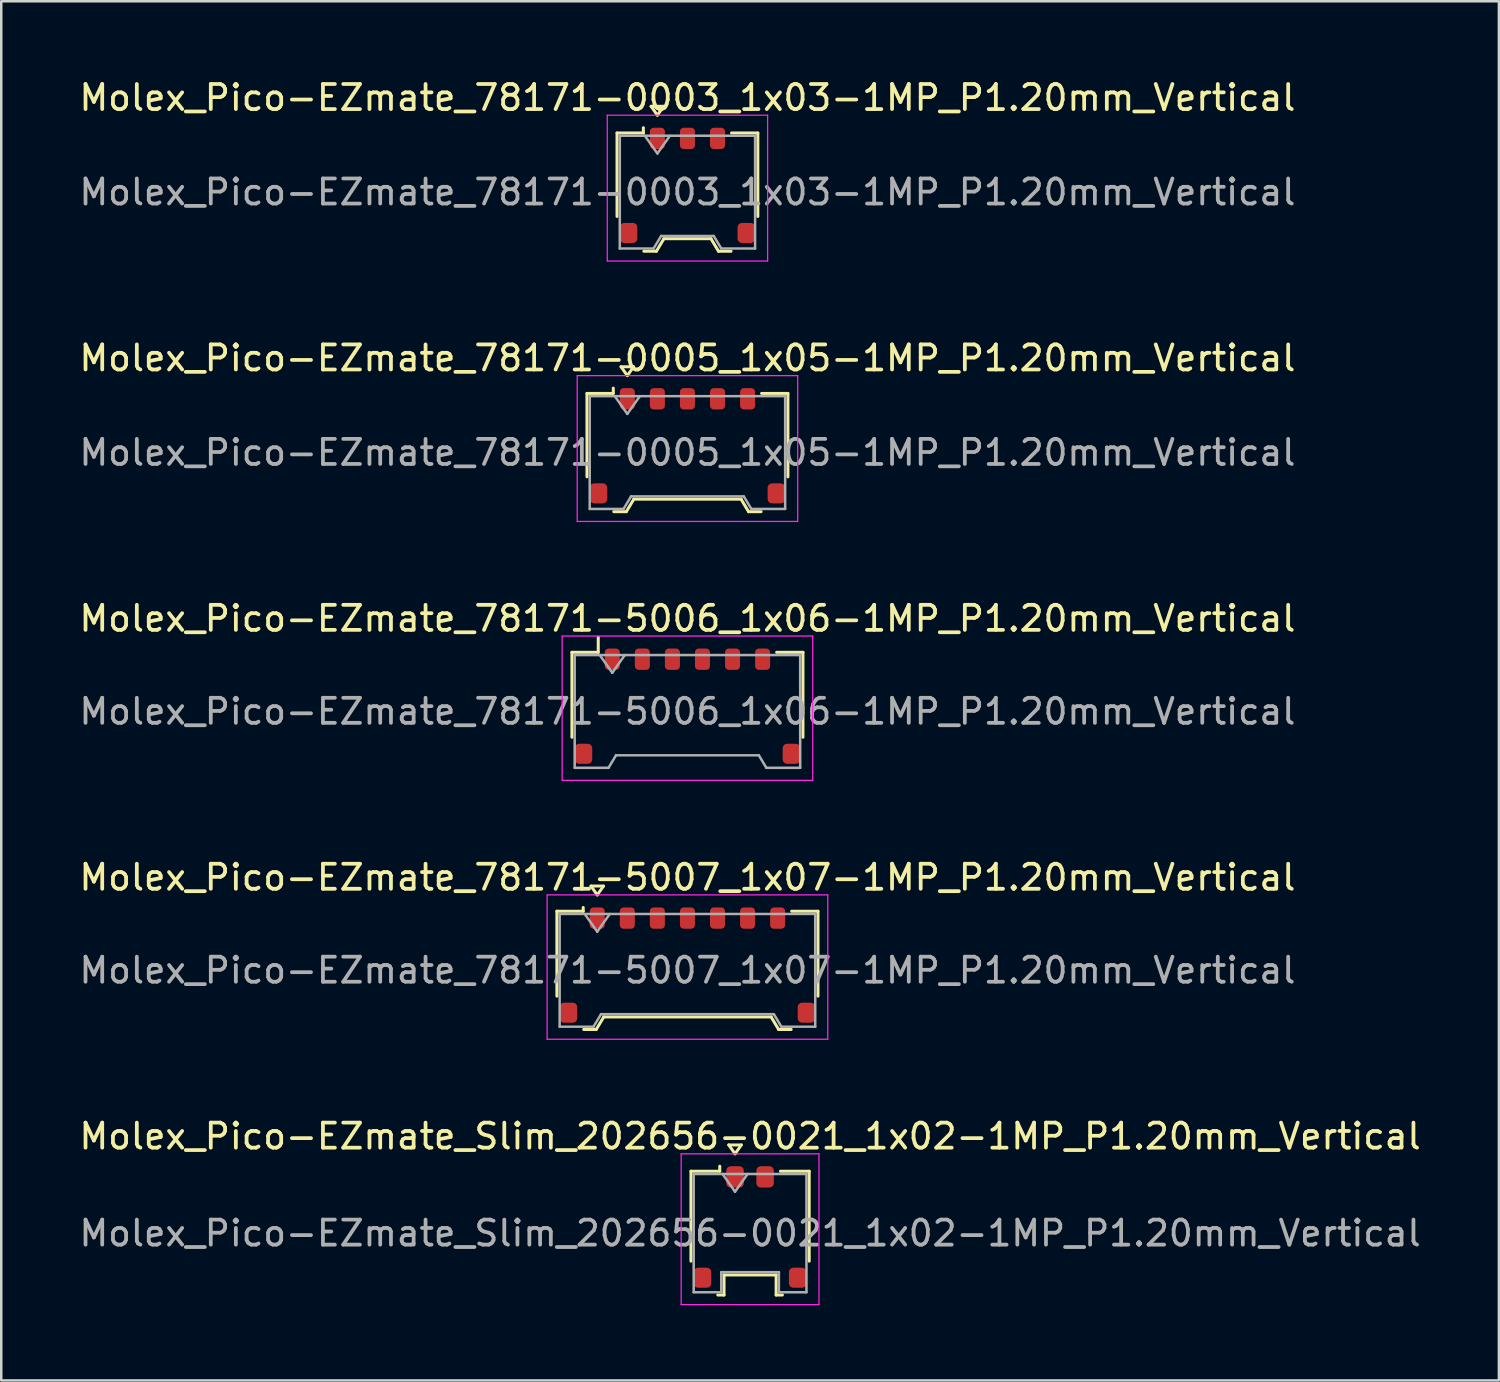
<source format=kicad_pcb>
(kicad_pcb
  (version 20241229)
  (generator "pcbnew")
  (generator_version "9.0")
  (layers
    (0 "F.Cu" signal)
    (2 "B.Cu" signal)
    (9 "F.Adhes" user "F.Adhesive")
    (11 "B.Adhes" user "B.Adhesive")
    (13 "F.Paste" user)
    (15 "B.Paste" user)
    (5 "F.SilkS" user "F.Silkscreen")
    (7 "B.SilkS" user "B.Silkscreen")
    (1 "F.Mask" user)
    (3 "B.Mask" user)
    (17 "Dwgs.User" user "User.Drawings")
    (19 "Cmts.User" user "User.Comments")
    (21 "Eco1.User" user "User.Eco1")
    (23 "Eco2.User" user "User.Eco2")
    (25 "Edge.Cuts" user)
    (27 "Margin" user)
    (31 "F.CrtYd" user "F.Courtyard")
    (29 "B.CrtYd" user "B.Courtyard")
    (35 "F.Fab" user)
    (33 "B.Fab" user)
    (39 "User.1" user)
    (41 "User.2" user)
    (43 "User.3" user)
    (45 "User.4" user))
  (footprint "Molex_Pico-EZmate_78171-5007_1x07-1MP_P1.20mm_Vertical"
    (layer "F.Cu")
    (at 24.387 35.468)
    (property "Reference" "Molex_Pico-EZmate_78171-5007_1x07-1MP_P1.20mm_Vertical" (at 0 -3.5 0) (layer "F.SilkS") (effects (font (size 1 1) (thickness 0.15))))
    (attr smd)
    (fp_line (start -5.21 -2.15) (end -4.16 -2.15) (stroke (width 0.12) (type solid)) (layer "F.SilkS"))
    (fp_line (start -5.21 1.24) (end -5.21 -2.15) (stroke (width 0.12) (type solid)) (layer "F.SilkS"))
    (fp_line (start -4.16 -2.15) (end -4.16 -2.3) (stroke (width 0.12) (type solid)) (layer "F.SilkS"))
    (fp_line (start -4.14 2.57) (end -3.64 2.57) (stroke (width 0.12) (type solid)) (layer "F.SilkS"))
    (fp_line (start -3.85 -3.154) (end -3.6 -2.8) (stroke (width 0.12) (type solid)) (layer "F.SilkS"))
    (fp_line (start -3.64 2.57) (end -3.34 2.07) (stroke (width 0.12) (type solid)) (layer "F.SilkS"))
    (fp_line (start -3.6 -2.8) (end -3.35 -3.154) (stroke (width 0.12) (type solid)) (layer "F.SilkS"))
    (fp_line (start -3.35 -3.154) (end -3.85 -3.154) (stroke (width 0.12) (type solid)) (layer "F.SilkS"))
    (fp_line (start -3.34 2.07) (end 3.34 2.07) (stroke (width 0.12) (type solid)) (layer "F.SilkS"))
    (fp_line (start 3.34 2.07) (end 3.64 2.57) (stroke (width 0.12) (type solid)) (layer "F.SilkS"))
    (fp_line (start 3.64 2.57) (end 4.14 2.57) (stroke (width 0.12) (type solid)) (layer "F.SilkS"))
    (fp_line (start 5.21 -2.15) (end 4.16 -2.15) (stroke (width 0.12) (type solid)) (layer "F.SilkS"))
    (fp_line (start 5.21 1.24) (end 5.21 -2.15) (stroke (width 0.12) (type solid)) (layer "F.SilkS"))
    (fp_line (start -5.6 -2.8) (end -5.6 2.96) (stroke (width 0.05) (type solid)) (layer "F.CrtYd"))
    (fp_line (start -5.6 2.96) (end 5.6 2.96) (stroke (width 0.05) (type solid)) (layer "F.CrtYd"))
    (fp_line (start 5.6 -2.8) (end -5.6 -2.8) (stroke (width 0.05) (type solid)) (layer "F.CrtYd"))
    (fp_line (start 5.6 2.96) (end 5.6 -2.8) (stroke (width 0.05) (type solid)) (layer "F.CrtYd"))
    (fp_line (start -5.1 -2.04) (end -5.1 2.46) (stroke (width 0.1) (type solid)) (layer "F.Fab"))
    (fp_line (start -5.1 -2.04) (end 5.1 -2.04) (stroke (width 0.1) (type solid)) (layer "F.Fab"))
    (fp_line (start -5.1 2.46) (end -3.75 2.46) (stroke (width 0.1) (type solid)) (layer "F.Fab"))
    (fp_line (start -4.1 -2.04) (end -3.6 -1.333) (stroke (width 0.1) (type solid)) (layer "F.Fab"))
    (fp_line (start -3.75 2.46) (end -3.45 1.96) (stroke (width 0.1) (type solid)) (layer "F.Fab"))
    (fp_line (start -3.6 -1.333) (end -3.1 -2.04) (stroke (width 0.1) (type solid)) (layer "F.Fab"))
    (fp_line (start -3.45 1.96) (end 3.45 1.96) (stroke (width 0.1) (type solid)) (layer "F.Fab"))
    (fp_line (start 3.45 1.96) (end 3.75 2.46) (stroke (width 0.1) (type solid)) (layer "F.Fab"))
    (fp_line (start 3.75 2.46) (end 5.1 2.46) (stroke (width 0.1) (type solid)) (layer "F.Fab"))
    (fp_line (start 5.1 -2.04) (end 5.1 2.46) (stroke (width 0.1) (type solid)) (layer "F.Fab"))
    (fp_text user "${REFERENCE}" (at 0 0.21 0) (layer "F.Fab") (effects (font (size 1 1) (thickness 0.15))))
    (pad "1" smd roundrect (at -3.6 -1.875) (size 0.6 0.85) (layers "F.Cu" "F.Mask" "F.Paste") (roundrect_rratio 0.25))
    (pad "2" smd roundrect (at -2.4 -1.875) (size 0.6 0.85) (layers "F.Cu" "F.Mask" "F.Paste") (roundrect_rratio 0.25))
    (pad "3" smd roundrect (at -1.2 -1.875) (size 0.6 0.85) (layers "F.Cu" "F.Mask" "F.Paste") (roundrect_rratio 0.25))
    (pad "4" smd roundrect (at 0 -1.875) (size 0.6 0.85) (layers "F.Cu" "F.Mask" "F.Paste") (roundrect_rratio 0.25))
    (pad "5" smd roundrect (at 1.2 -1.875) (size 0.6 0.85) (layers "F.Cu" "F.Mask" "F.Paste") (roundrect_rratio 0.25))
    (pad "6" smd roundrect (at 2.4 -1.875) (size 0.6 0.85) (layers "F.Cu" "F.Mask" "F.Paste") (roundrect_rratio 0.25))
    (pad "7" smd roundrect (at 3.6 -1.875) (size 0.6 0.85) (layers "F.Cu" "F.Mask" "F.Paste") (roundrect_rratio 0.25))
    (pad "MP" smd roundrect (at -4.75 1.9) (size 0.7 0.8) (layers "F.Cu" "F.Mask" "F.Paste") (roundrect_rratio 0.25))
    (pad "MP" smd roundrect (at 4.75 1.9) (size 0.7 0.8) (layers "F.Cu" "F.Mask" "F.Paste") (roundrect_rratio 0.25)))
  (footprint "Molex_Pico-EZmate_78171-0003_1x03-1MP_P1.20mm_Vertical"
    (layer "F.Cu")
    (at 24.387 4.348)
    (property "Reference" "Molex_Pico-EZmate_78171-0003_1x03-1MP_P1.20mm_Vertical" (at 0 -3.5 0) (layer "F.SilkS") (effects (font (size 1 1) (thickness 0.15))))
    (attr smd)
    (fp_line (start -2.81 -2.09) (end -1.76 -2.09) (stroke (width 0.12) (type solid)) (layer "F.SilkS"))
    (fp_line (start -2.81 1.24) (end -2.81 -2.09) (stroke (width 0.12) (type solid)) (layer "F.SilkS"))
    (fp_line (start -1.76 -2.09) (end -1.76 -2.3) (stroke (width 0.12) (type solid)) (layer "F.SilkS"))
    (fp_line (start -1.74 2.63) (end -1.24 2.63) (stroke (width 0.12) (type solid)) (layer "F.SilkS"))
    (fp_line (start -1.45 -3.154) (end -1.2 -2.8) (stroke (width 0.12) (type solid)) (layer "F.SilkS"))
    (fp_line (start -1.24 2.63) (end -0.94 2.13) (stroke (width 0.12) (type solid)) (layer "F.SilkS"))
    (fp_line (start -1.2 -2.8) (end -0.95 -3.154) (stroke (width 0.12) (type solid)) (layer "F.SilkS"))
    (fp_line (start -0.95 -3.154) (end -1.45 -3.154) (stroke (width 0.12) (type solid)) (layer "F.SilkS"))
    (fp_line (start -0.94 2.13) (end 0.94 2.13) (stroke (width 0.12) (type solid)) (layer "F.SilkS"))
    (fp_line (start 0.94 2.13) (end 1.24 2.63) (stroke (width 0.12) (type solid)) (layer "F.SilkS"))
    (fp_line (start 1.24 2.63) (end 1.74 2.63) (stroke (width 0.12) (type solid)) (layer "F.SilkS"))
    (fp_line (start 2.81 -2.09) (end 1.76 -2.09) (stroke (width 0.12) (type solid)) (layer "F.SilkS"))
    (fp_line (start 2.81 1.24) (end 2.81 -2.09) (stroke (width 0.12) (type solid)) (layer "F.SilkS"))
    (fp_line (start -3.2 -2.8) (end -3.2 3.02) (stroke (width 0.05) (type solid)) (layer "F.CrtYd"))
    (fp_line (start -3.2 3.02) (end 3.2 3.02) (stroke (width 0.05) (type solid)) (layer "F.CrtYd"))
    (fp_line (start 3.2 -2.8) (end -3.2 -2.8) (stroke (width 0.05) (type solid)) (layer "F.CrtYd"))
    (fp_line (start 3.2 3.02) (end 3.2 -2.8) (stroke (width 0.05) (type solid)) (layer "F.CrtYd"))
    (fp_line (start -2.7 -1.98) (end -2.7 2.52) (stroke (width 0.1) (type solid)) (layer "F.Fab"))
    (fp_line (start -2.7 -1.98) (end 2.7 -1.98) (stroke (width 0.1) (type solid)) (layer "F.Fab"))
    (fp_line (start -2.7 2.52) (end -1.35 2.52) (stroke (width 0.1) (type solid)) (layer "F.Fab"))
    (fp_line (start -1.7 -1.98) (end -1.2 -1.273) (stroke (width 0.1) (type solid)) (layer "F.Fab"))
    (fp_line (start -1.35 2.52) (end -1.05 2.02) (stroke (width 0.1) (type solid)) (layer "F.Fab"))
    (fp_line (start -1.2 -1.273) (end -0.7 -1.98) (stroke (width 0.1) (type solid)) (layer "F.Fab"))
    (fp_line (start -1.05 2.02) (end 1.05 2.02) (stroke (width 0.1) (type solid)) (layer "F.Fab"))
    (fp_line (start 1.05 2.02) (end 1.35 2.52) (stroke (width 0.1) (type solid)) (layer "F.Fab"))
    (fp_line (start 1.35 2.52) (end 2.7 2.52) (stroke (width 0.1) (type solid)) (layer "F.Fab"))
    (fp_line (start 2.7 -1.98) (end 2.7 2.52) (stroke (width 0.1) (type solid)) (layer "F.Fab"))
    (fp_text user "${REFERENCE}" (at 0 0.27 0) (layer "F.Fab") (effects (font (size 1 1) (thickness 0.15))))
    (pad "1" smd roundrect (at -1.2 -1.875) (size 0.6 0.85) (layers "F.Cu" "F.Mask" "F.Paste") (roundrect_rratio 0.25))
    (pad "2" smd roundrect (at 0 -1.875) (size 0.6 0.85) (layers "F.Cu" "F.Mask" "F.Paste") (roundrect_rratio 0.25))
    (pad "3" smd roundrect (at 1.2 -1.875) (size 0.6 0.85) (layers "F.Cu" "F.Mask" "F.Paste") (roundrect_rratio 0.25))
    (pad "MP" smd roundrect (at -2.35 1.9) (size 0.7 0.8) (layers "F.Cu" "F.Mask" "F.Paste") (roundrect_rratio 0.25))
    (pad "MP" smd roundrect (at 2.35 1.9) (size 0.7 0.8) (layers "F.Cu" "F.Mask" "F.Paste") (roundrect_rratio 0.25)))
  (footprint "Molex_Pico-EZmate_Slim_202656-0021_1x02-1MP_P1.20mm_Vertical"
    (layer "F.Cu")
    (at 26.887 45.921)
    (property "Reference" "Molex_Pico-EZmate_Slim_202656-0021_1x02-1MP_P1.20mm_Vertical" (at 0 -3.62 0) (layer "F.SilkS") (effects (font (size 1 1) (thickness 0.15))))
    (attr smd)
    (fp_line (start -2.36 -2.225) (end -1.21 -2.225) (stroke (width 0.12) (type solid)) (layer "F.SilkS"))
    (fp_line (start -2.36 1.365) (end -2.36 -2.225) (stroke (width 0.12) (type solid)) (layer "F.SilkS"))
    (fp_line (start -1.29 2.715) (end -1.04 2.715) (stroke (width 0.12) (type solid)) (layer "F.SilkS"))
    (fp_line (start -1.21 -2.225) (end -1.21 -2.425) (stroke (width 0.12) (type solid)) (layer "F.SilkS"))
    (fp_line (start -1.04 1.915) (end 1.04 1.915) (stroke (width 0.12) (type solid)) (layer "F.SilkS"))
    (fp_line (start -1.04 2.715) (end -1.04 1.915) (stroke (width 0.12) (type solid)) (layer "F.SilkS"))
    (fp_line (start -0.85 -3.274) (end -0.6 -2.92) (stroke (width 0.12) (type solid)) (layer "F.SilkS"))
    (fp_line (start -0.6 -2.92) (end -0.35 -3.274) (stroke (width 0.12) (type solid)) (layer "F.SilkS"))
    (fp_line (start -0.35 -3.274) (end -0.85 -3.274) (stroke (width 0.12) (type solid)) (layer "F.SilkS"))
    (fp_line (start 1.04 1.915) (end 1.04 2.715) (stroke (width 0.12) (type solid)) (layer "F.SilkS"))
    (fp_line (start 1.04 2.715) (end 1.29 2.715) (stroke (width 0.12) (type solid)) (layer "F.SilkS"))
    (fp_line (start 2.36 -2.225) (end 1.21 -2.225) (stroke (width 0.12) (type solid)) (layer "F.SilkS"))
    (fp_line (start 2.36 1.365) (end 2.36 -2.225) (stroke (width 0.12) (type solid)) (layer "F.SilkS"))
    (fp_line (start -2.75 -2.92) (end -2.75 3.1) (stroke (width 0.05) (type solid)) (layer "F.CrtYd"))
    (fp_line (start -2.75 3.1) (end 2.75 3.1) (stroke (width 0.05) (type solid)) (layer "F.CrtYd"))
    (fp_line (start 2.75 -2.92) (end -2.75 -2.92) (stroke (width 0.05) (type solid)) (layer "F.CrtYd"))
    (fp_line (start 2.75 3.1) (end 2.75 -2.92) (stroke (width 0.05) (type solid)) (layer "F.CrtYd"))
    (fp_line (start -2.25 -2.115) (end -2.25 2.605) (stroke (width 0.1) (type solid)) (layer "F.Fab"))
    (fp_line (start -2.25 -2.115) (end 2.25 -2.115) (stroke (width 0.1) (type solid)) (layer "F.Fab"))
    (fp_line (start -2.25 2.605) (end -1.15 2.605) (stroke (width 0.1) (type solid)) (layer "F.Fab"))
    (fp_line (start -1.15 1.805) (end 1.15 1.805) (stroke (width 0.1) (type solid)) (layer "F.Fab"))
    (fp_line (start -1.15 2.605) (end -1.15 1.805) (stroke (width 0.1) (type solid)) (layer "F.Fab"))
    (fp_line (start -1.1 -2.115) (end -0.6 -1.408) (stroke (width 0.1) (type solid)) (layer "F.Fab"))
    (fp_line (start -0.6 -1.408) (end -0.1 -2.115) (stroke (width 0.1) (type solid)) (layer "F.Fab"))
    (fp_line (start 1.15 1.805) (end 1.15 2.605) (stroke (width 0.1) (type solid)) (layer "F.Fab"))
    (fp_line (start 1.15 2.605) (end 2.25 2.605) (stroke (width 0.1) (type solid)) (layer "F.Fab"))
    (fp_line (start 2.25 -2.115) (end 2.25 2.605) (stroke (width 0.1) (type solid)) (layer "F.Fab"))
    (fp_text user "${REFERENCE}" (at 0 0.25 0) (layer "F.Fab") (effects (font (size 1 1) (thickness 0.15))))
    (pad "1" smd roundrect (at -0.6 -2) (size 0.7 0.85) (layers "F.Cu" "F.Mask" "F.Paste") (roundrect_rratio 0.25))
    (pad "2" smd roundrect (at 0.6 -2) (size 0.7 0.85) (layers "F.Cu" "F.Mask" "F.Paste") (roundrect_rratio 0.25))
    (pad "MP" smd roundrect (at -1.9 2.025) (size 0.7 0.8) (layers "F.Cu" "F.Mask" "F.Paste") (roundrect_rratio 0.25))
    (pad "MP" smd roundrect (at 1.9 2.025) (size 0.7 0.8) (layers "F.Cu" "F.Mask" "F.Paste") (roundrect_rratio 0.25)))
  (footprint "Molex_Pico-EZmate_78171-5006_1x06-1MP_P1.20mm_Vertical"
    (layer "F.Cu")
    (at 24.387 25.345)
    (property "Reference" "Molex_Pico-EZmate_78171-5006_1x06-1MP_P1.20mm_Vertical" (at 0 -3.71 0) (layer "F.SilkS") (effects (font (size 1 1) (thickness 0.15))))
    (attr smd)
    (fp_line (start -4.61 -2.36) (end -3.56 -2.36) (stroke (width 0.12) (type solid)) (layer "F.SilkS"))
    (fp_line (start -4.61 1.03) (end -4.61 -2.36) (stroke (width 0.12) (type solid)) (layer "F.SilkS"))
    (fp_line (start -3.56 -2.36) (end -3.56 -2.96) (stroke (width 0.12) (type solid)) (layer "F.SilkS"))
    (fp_line (start 4.61 -2.36) (end 3.56 -2.36) (stroke (width 0.12) (type solid)) (layer "F.SilkS"))
    (fp_line (start 4.61 1.03) (end 4.61 -2.36) (stroke (width 0.12) (type solid)) (layer "F.SilkS"))
    (fp_line (start -5 -3.01) (end -5 2.75) (stroke (width 0.05) (type solid)) (layer "F.CrtYd"))
    (fp_line (start -5 2.75) (end 5 2.75) (stroke (width 0.05) (type solid)) (layer "F.CrtYd"))
    (fp_line (start 5 -3.01) (end -5 -3.01) (stroke (width 0.05) (type solid)) (layer "F.CrtYd"))
    (fp_line (start 5 2.75) (end 5 -3.01) (stroke (width 0.05) (type solid)) (layer "F.CrtYd"))
    (fp_line (start -4.5 -2.25) (end -4.5 2.25) (stroke (width 0.1) (type solid)) (layer "F.Fab"))
    (fp_line (start -4.5 -2.25) (end 4.5 -2.25) (stroke (width 0.1) (type solid)) (layer "F.Fab"))
    (fp_line (start -4.5 2.25) (end -3.15 2.25) (stroke (width 0.1) (type solid)) (layer "F.Fab"))
    (fp_line (start -3.5 -2.25) (end -3 -1.543) (stroke (width 0.1) (type solid)) (layer "F.Fab"))
    (fp_line (start -3.15 2.25) (end -2.85 1.75) (stroke (width 0.1) (type solid)) (layer "F.Fab"))
    (fp_line (start -3 -1.543) (end -2.5 -2.25) (stroke (width 0.1) (type solid)) (layer "F.Fab"))
    (fp_line (start -2.85 1.75) (end 2.85 1.75) (stroke (width 0.1) (type solid)) (layer "F.Fab"))
    (fp_line (start 2.85 1.75) (end 3.15 2.25) (stroke (width 0.1) (type solid)) (layer "F.Fab"))
    (fp_line (start 3.15 2.25) (end 4.5 2.25) (stroke (width 0.1) (type solid)) (layer "F.Fab"))
    (fp_line (start 4.5 -2.25) (end 4.5 2.25) (stroke (width 0.1) (type solid)) (layer "F.Fab"))
    (fp_text user "${REFERENCE}" (at 0 0 0) (layer "F.Fab") (effects (font (size 1 1) (thickness 0.15))))
    (pad "1" smd roundrect (at -3 -2.085) (size 0.6 0.85) (layers "F.Cu" "F.Mask" "F.Paste") (roundrect_rratio 0.25))
    (pad "2" smd roundrect (at -1.8 -2.085) (size 0.6 0.85) (layers "F.Cu" "F.Mask" "F.Paste") (roundrect_rratio 0.25))
    (pad "3" smd roundrect (at -0.6 -2.085) (size 0.6 0.85) (layers "F.Cu" "F.Mask" "F.Paste") (roundrect_rratio 0.25))
    (pad "4" smd roundrect (at 0.6 -2.085) (size 0.6 0.85) (layers "F.Cu" "F.Mask" "F.Paste") (roundrect_rratio 0.25))
    (pad "5" smd roundrect (at 1.8 -2.085) (size 0.6 0.85) (layers "F.Cu" "F.Mask" "F.Paste") (roundrect_rratio 0.25))
    (pad "6" smd roundrect (at 3 -2.085) (size 0.6 0.85) (layers "F.Cu" "F.Mask" "F.Paste") (roundrect_rratio 0.25))
    (pad "MP" smd roundrect (at -4.15 1.69) (size 0.7 0.8) (layers "F.Cu" "F.Mask" "F.Paste") (roundrect_rratio 0.25))
    (pad "MP" smd roundrect (at 4.15 1.69) (size 0.7 0.8) (layers "F.Cu" "F.Mask" "F.Paste") (roundrect_rratio 0.25)))
  (footprint "Molex_Pico-EZmate_78171-0005_1x05-1MP_P1.20mm_Vertical"
    (layer "F.Cu")
    (at 24.387 14.742)
    (property "Reference" "Molex_Pico-EZmate_78171-0005_1x05-1MP_P1.20mm_Vertical" (at 0 -3.5 0) (layer "F.SilkS") (effects (font (size 1 1) (thickness 0.15))))
    (attr smd)
    (fp_line (start -4.01 -2.09) (end -2.96 -2.09) (stroke (width 0.12) (type solid)) (layer "F.SilkS"))
    (fp_line (start -4.01 1.24) (end -4.01 -2.09) (stroke (width 0.12) (type solid)) (layer "F.SilkS"))
    (fp_line (start -2.96 -2.09) (end -2.96 -2.3) (stroke (width 0.12) (type solid)) (layer "F.SilkS"))
    (fp_line (start -2.94 2.63) (end -2.44 2.63) (stroke (width 0.12) (type solid)) (layer "F.SilkS"))
    (fp_line (start -2.65 -3.154) (end -2.4 -2.8) (stroke (width 0.12) (type solid)) (layer "F.SilkS"))
    (fp_line (start -2.44 2.63) (end -2.14 2.13) (stroke (width 0.12) (type solid)) (layer "F.SilkS"))
    (fp_line (start -2.4 -2.8) (end -2.15 -3.154) (stroke (width 0.12) (type solid)) (layer "F.SilkS"))
    (fp_line (start -2.15 -3.154) (end -2.65 -3.154) (stroke (width 0.12) (type solid)) (layer "F.SilkS"))
    (fp_line (start -2.14 2.13) (end 2.14 2.13) (stroke (width 0.12) (type solid)) (layer "F.SilkS"))
    (fp_line (start 2.14 2.13) (end 2.44 2.63) (stroke (width 0.12) (type solid)) (layer "F.SilkS"))
    (fp_line (start 2.44 2.63) (end 2.94 2.63) (stroke (width 0.12) (type solid)) (layer "F.SilkS"))
    (fp_line (start 4.01 -2.09) (end 2.96 -2.09) (stroke (width 0.12) (type solid)) (layer "F.SilkS"))
    (fp_line (start 4.01 1.24) (end 4.01 -2.09) (stroke (width 0.12) (type solid)) (layer "F.SilkS"))
    (fp_line (start -4.4 -2.8) (end -4.4 3.02) (stroke (width 0.05) (type solid)) (layer "F.CrtYd"))
    (fp_line (start -4.4 3.02) (end 4.4 3.02) (stroke (width 0.05) (type solid)) (layer "F.CrtYd"))
    (fp_line (start 4.4 -2.8) (end -4.4 -2.8) (stroke (width 0.05) (type solid)) (layer "F.CrtYd"))
    (fp_line (start 4.4 3.02) (end 4.4 -2.8) (stroke (width 0.05) (type solid)) (layer "F.CrtYd"))
    (fp_line (start -3.9 -1.98) (end -3.9 2.52) (stroke (width 0.1) (type solid)) (layer "F.Fab"))
    (fp_line (start -3.9 -1.98) (end 3.9 -1.98) (stroke (width 0.1) (type solid)) (layer "F.Fab"))
    (fp_line (start -3.9 2.52) (end -2.55 2.52) (stroke (width 0.1) (type solid)) (layer "F.Fab"))
    (fp_line (start -2.9 -1.98) (end -2.4 -1.273) (stroke (width 0.1) (type solid)) (layer "F.Fab"))
    (fp_line (start -2.55 2.52) (end -2.25 2.02) (stroke (width 0.1) (type solid)) (layer "F.Fab"))
    (fp_line (start -2.4 -1.273) (end -1.9 -1.98) (stroke (width 0.1) (type solid)) (layer "F.Fab"))
    (fp_line (start -2.25 2.02) (end 2.25 2.02) (stroke (width 0.1) (type solid)) (layer "F.Fab"))
    (fp_line (start 2.25 2.02) (end 2.55 2.52) (stroke (width 0.1) (type solid)) (layer "F.Fab"))
    (fp_line (start 2.55 2.52) (end 3.9 2.52) (stroke (width 0.1) (type solid)) (layer "F.Fab"))
    (fp_line (start 3.9 -1.98) (end 3.9 2.52) (stroke (width 0.1) (type solid)) (layer "F.Fab"))
    (fp_text user "${REFERENCE}" (at 0 0.27 0) (layer "F.Fab") (effects (font (size 1 1) (thickness 0.15))))
    (pad "1" smd roundrect (at -2.4 -1.875) (size 0.6 0.85) (layers "F.Cu" "F.Mask" "F.Paste") (roundrect_rratio 0.25))
    (pad "2" smd roundrect (at -1.2 -1.875) (size 0.6 0.85) (layers "F.Cu" "F.Mask" "F.Paste") (roundrect_rratio 0.25))
    (pad "3" smd roundrect (at 0 -1.875) (size 0.6 0.85) (layers "F.Cu" "F.Mask" "F.Paste") (roundrect_rratio 0.25))
    (pad "4" smd roundrect (at 1.2 -1.875) (size 0.6 0.85) (layers "F.Cu" "F.Mask" "F.Paste") (roundrect_rratio 0.25))
    (pad "5" smd roundrect (at 2.4 -1.875) (size 0.6 0.85) (layers "F.Cu" "F.Mask" "F.Paste") (roundrect_rratio 0.25))
    (pad "MP" smd roundrect (at -3.55 1.9) (size 0.7 0.8) (layers "F.Cu" "F.Mask" "F.Paste") (roundrect_rratio 0.25))
    (pad "MP" smd roundrect (at 3.55 1.9) (size 0.7 0.8) (layers "F.Cu" "F.Mask" "F.Paste") (roundrect_rratio 0.25)))
  (gr_rect
    (start -3 -3)
    (end 56.774 52.046)
    (stroke (width 0.1) (type default))
    (fill no)
    (layer "Edge.Cuts")))
</source>
